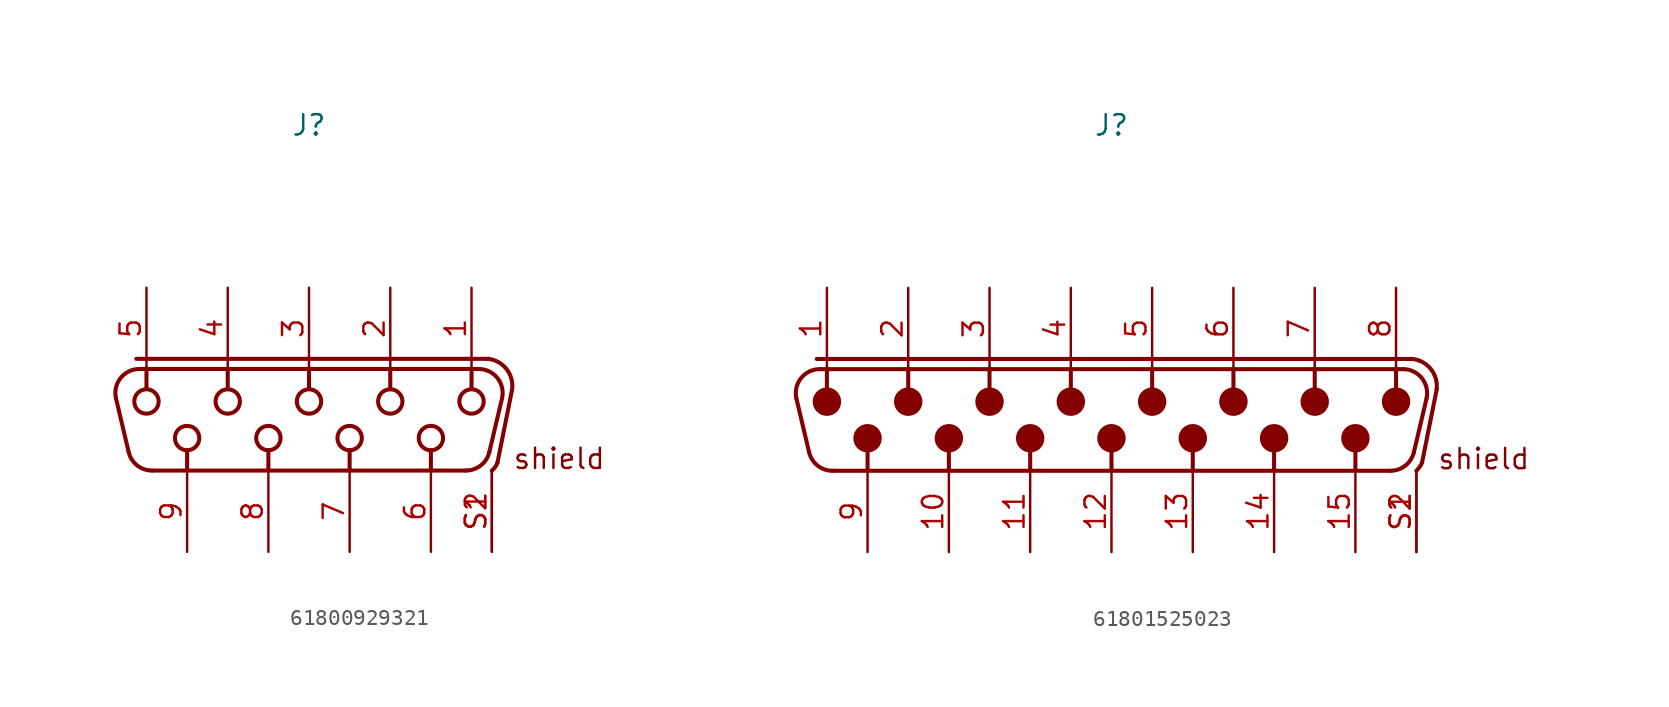
<source format=kicad_sym>
(kicad_symbol_lib
  (version 20241209)
  (generator "kicad_symbol_editor")
  (generator_version "9.0")
  (symbol "61800929321"
    (pin_names
      (hide yes))
    (property "Reference" "J"
      (at 0 17.78 0)
      (effects (font (size 1.27 1.27))))
    (symbol "61800929321_1_0"
      (polyline (pts (xy -11.273 -2.655) (xy -12.064 0.695)) (stroke (width 0.254) (type solid)) (fill (type none)))
      (polyline (pts (xy -10.795 3.175) (xy 11.2 3.175)) (stroke (width 0.254) (type solid)) (fill (type none)))
      (polyline (pts (xy -10.604 2.54) (xy 10.604 2.54)) (stroke (width 0.254) (type solid)) (fill (type none)))
      (arc (start -12.0642 0.695) (mid -11.7807 1.9707) (end -10.6043 2.54) (stroke (width 0.254) (type solid)) (fill (type none)))
      (polyline (pts (xy -10.16 2.58) (xy -10.16 1.3)) (stroke (width 0.254) (type solid)) (fill (type none)))
      (circle (center -10.16 0.508) (radius 0.762) (stroke (width 0.254) (type solid)) (fill (type none)))
      (arc (start -9.813 -3.81) (mid -10.7438 -3.4862) (end -11.2728 -2.6547) (stroke (width 0.254) (type solid)) (fill (type none)))
      (circle (center -7.62 -1.778) (radius 0.762) (stroke (width 0.254) (type solid)) (fill (type none)))
      (polyline (pts (xy -7.62 -2.54) (xy -7.62 -3.82)) (stroke (width 0.254) (type solid)) (fill (type none)))
      (polyline (pts (xy -5.08 2.58) (xy -5.08 1.3)) (stroke (width 0.254) (type solid)) (fill (type none)))
      (circle (center -5.08 0.508) (radius 0.762) (stroke (width 0.254) (type solid)) (fill (type none)))
      (circle (center -2.54 -1.778) (radius 0.762) (stroke (width 0.254) (type solid)) (fill (type none)))
      (polyline (pts (xy -2.54 -2.54) (xy -2.54 -3.82)) (stroke (width 0.254) (type solid)) (fill (type none)))
      (polyline (pts (xy 0 2.58) (xy 0 1.3)) (stroke (width 0.254) (type solid)) (fill (type none)))
      (circle (center 0 0.508) (radius 0.762) (stroke (width 0.254) (type solid)) (fill (type none)))
      (circle (center 2.54 -1.778) (radius 0.762) (stroke (width 0.254) (type solid)) (fill (type none)))
      (polyline (pts (xy 2.54 -2.54) (xy 2.54 -3.82)) (stroke (width 0.254) (type solid)) (fill (type none)))
      (polyline (pts (xy 5.08 2.58) (xy 5.08 1.3)) (stroke (width 0.254) (type solid)) (fill (type none)))
      (circle (center 5.08 0.508) (radius 0.762) (stroke (width 0.254) (type solid)) (fill (type none)))
      (circle (center 7.62 -1.778) (radius 0.762) (stroke (width 0.254) (type solid)) (fill (type none)))
      (polyline (pts (xy 7.62 -2.54) (xy 7.62 -3.82)) (stroke (width 0.254) (type solid)) (fill (type none)))
      (arc (start 11.2728 -2.6548) (mid 10.7437 -3.4863) (end 9.8129 -3.81) (stroke (width 0.254) (type solid)) (fill (type none)))
      (polyline (pts (xy 9.813 -3.81) (xy -9.813 -3.81)) (stroke (width 0.254) (type solid)) (fill (type none)))
      (polyline (pts (xy 10.16 2.58) (xy 10.16 1.3)) (stroke (width 0.254) (type solid)) (fill (type none)))
      (circle (center 10.16 0.508) (radius 0.762) (stroke (width 0.254) (type solid)) (fill (type none)))
      (arc (start 10.6043 2.54) (mid 11.7807 1.9707) (end 12.0642 0.695) (stroke (width 0.254) (type solid)) (fill (type none)))
      (arc (start 11.7839 -3.3037) (mid 11.6448 -3.5833) (end 11.43 -3.81) (stroke (width 0.254) (type solid)) (fill (type none)))
      (arc (start 11.2 3.175) (mid 12.3464 2.5346) (end 12.7 1.27) (stroke (width 0.254) (type solid)) (fill (type none)))
      (polyline (pts (xy 11.784 -3.304) (xy 12.7 1.27)) (stroke (width 0.254) (type solid)) (fill (type none)))
      (polyline (pts (xy 12.064 0.695) (xy 11.273 -2.655)) (stroke (width 0.254) (type solid)) (fill (type none)))
      (pin passive line (at -10.16 7.62 270) (length 5.08) (name "5" (effects (font (size 1.27 1.27)))) (number "5" (effects (font (size 1.27 1.27)))))
      (pin passive line (at -7.62 -8.89 90) (length 5.08) (name "9" (effects (font (size 1.27 1.27)))) (number "9" (effects (font (size 1.27 1.27)))))
      (pin passive line (at -5.08 7.62 270) (length 5.08) (name "4" (effects (font (size 1.27 1.27)))) (number "4" (effects (font (size 1.27 1.27)))))
      (pin passive line (at -2.54 -8.89 90) (length 5.08) (name "8" (effects (font (size 1.27 1.27)))) (number "8" (effects (font (size 1.27 1.27)))))
      (pin passive line (at 0 7.62 270) (length 5.08) (name "3" (effects (font (size 1.27 1.27)))) (number "3" (effects (font (size 1.27 1.27)))))
      (pin passive line (at 2.54 -8.89 90) (length 5.08) (name "7" (effects (font (size 1.27 1.27)))) (number "7" (effects (font (size 1.27 1.27)))))
      (pin passive line (at 5.08 7.62 270) (length 5.08) (name "2" (effects (font (size 1.27 1.27)))) (number "2" (effects (font (size 1.27 1.27)))))
      (pin passive line (at 7.62 -8.89 90) (length 5.08) (name "6" (effects (font (size 1.27 1.27)))) (number "6" (effects (font (size 1.27 1.27)))))
      (pin passive line (at 10.16 7.62 270) (length 5.08) (name "1" (effects (font (size 1.27 1.27)))) (number "1" (effects (font (size 1.27 1.27)))))
      (pin passive line (at 11.43 -8.89 90) (length 5.08) (name "SHIELD" (effects (font (size 1.27 1.27)))) (number "S1" (effects (font (size 1.27 1.27)))))
      (pin passive line (at 11.43 -8.89 90) (length 5.08) (name "SHIELD" (effects (font (size 1.27 1.27)))) (number "S2" (effects (font (size 1.27 1.27))))))
    (symbol "61800929321_1_1"
      (text "shield" (at 12.7 -3.81 0) (effects (font (size 1.27 1.27)) (justify left bottom)))))
  (symbol "61801525023"
    (pin_names
      (hide yes))
    (property "Reference" "J"
      (at 0 17.78 0)
      (effects (font (size 1.27 1.27))))
    (symbol "61801525023_1_0"
      (polyline (pts (xy -18.893 -2.655) (xy -19.684 0.695)) (stroke (width 0.254) (type solid)) (fill (type none)))
      (polyline (pts (xy -18.415 3.175) (xy 18.82 3.175)) (stroke (width 0.254) (type solid)) (fill (type none)))
      (polyline (pts (xy -18.224 2.54) (xy 18.224 2.54)) (stroke (width 0.254) (type solid)) (fill (type none)))
      (arc (start -19.6842 0.695) (mid -19.4007 1.9707) (end -18.2243 2.54) (stroke (width 0.254) (type solid)) (fill (type none)))
      (polyline (pts (xy -17.78 2.58) (xy -17.78 0.4)) (stroke (width 0.254) (type solid)) (fill (type none)))
      (circle (center -17.78 0.508) (radius 0.762) (stroke (width 0.254) (type solid)) (fill (type outline)))
      (arc (start -17.433 -3.81) (mid -18.3638 -3.4862) (end -18.8928 -2.6547) (stroke (width 0.254) (type solid)) (fill (type none)))
      (circle (center -15.24 -1.778) (radius 0.762) (stroke (width 0.254) (type solid)) (fill (type outline)))
      (polyline (pts (xy -15.24 -3.81) (xy -15.24 -1.63)) (stroke (width 0.254) (type solid)) (fill (type none)))
      (polyline (pts (xy -12.7 2.58) (xy -12.7 0.4)) (stroke (width 0.254) (type solid)) (fill (type none)))
      (circle (center -12.7 0.508) (radius 0.762) (stroke (width 0.254) (type solid)) (fill (type outline)))
      (circle (center -10.16 -1.778) (radius 0.762) (stroke (width 0.254) (type solid)) (fill (type outline)))
      (polyline (pts (xy -10.16 -3.81) (xy -10.16 -1.63)) (stroke (width 0.254) (type solid)) (fill (type none)))
      (polyline (pts (xy -7.62 2.58) (xy -7.62 0.4)) (stroke (width 0.254) (type solid)) (fill (type none)))
      (circle (center -7.62 0.508) (radius 0.762) (stroke (width 0.254) (type solid)) (fill (type outline)))
      (circle (center -5.08 -1.778) (radius 0.762) (stroke (width 0.254) (type solid)) (fill (type outline)))
      (polyline (pts (xy -5.08 -3.81) (xy -5.08 -1.63)) (stroke (width 0.254) (type solid)) (fill (type none)))
      (polyline (pts (xy -2.54 2.58) (xy -2.54 0.4)) (stroke (width 0.254) (type solid)) (fill (type none)))
      (circle (center -2.54 0.508) (radius 0.762) (stroke (width 0.254) (type solid)) (fill (type outline)))
      (circle (center 0 -1.778) (radius 0.762) (stroke (width 0.254) (type solid)) (fill (type outline)))
      (polyline (pts (xy 0 -3.81) (xy 0 -1.63)) (stroke (width 0.254) (type solid)) (fill (type none)))
      (polyline (pts (xy 2.54 2.58) (xy 2.54 0.4)) (stroke (width 0.254) (type solid)) (fill (type none)))
      (circle (center 2.54 0.508) (radius 0.762) (stroke (width 0.254) (type solid)) (fill (type outline)))
      (circle (center 5.08 -1.778) (radius 0.762) (stroke (width 0.254) (type solid)) (fill (type outline)))
      (polyline (pts (xy 5.08 -3.81) (xy 5.08 -1.63)) (stroke (width 0.254) (type solid)) (fill (type none)))
      (polyline (pts (xy 7.62 2.58) (xy 7.62 0.4)) (stroke (width 0.254) (type solid)) (fill (type none)))
      (circle (center 7.62 0.508) (radius 0.762) (stroke (width 0.254) (type solid)) (fill (type outline)))
      (circle (center 10.16 -1.778) (radius 0.762) (stroke (width 0.254) (type solid)) (fill (type outline)))
      (polyline (pts (xy 10.16 -3.81) (xy 10.16 -1.63)) (stroke (width 0.254) (type solid)) (fill (type none)))
      (polyline (pts (xy 12.7 2.58) (xy 12.7 0.4)) (stroke (width 0.254) (type solid)) (fill (type none)))
      (circle (center 12.7 0.508) (radius 0.762) (stroke (width 0.254) (type solid)) (fill (type outline)))
      (circle (center 15.24 -1.778) (radius 0.762) (stroke (width 0.254) (type solid)) (fill (type outline)))
      (polyline (pts (xy 15.24 -3.81) (xy 15.24 -1.63)) (stroke (width 0.254) (type solid)) (fill (type none)))
      (arc (start 18.8928 -2.6548) (mid 18.3637 -3.4863) (end 17.4329 -3.81) (stroke (width 0.254) (type solid)) (fill (type none)))
      (polyline (pts (xy 17.433 -3.81) (xy -17.433 -3.81)) (stroke (width 0.254) (type solid)) (fill (type none)))
      (polyline (pts (xy 17.78 2.58) (xy 17.78 0.4)) (stroke (width 0.254) (type solid)) (fill (type none)))
      (circle (center 17.78 0.508) (radius 0.762) (stroke (width 0.254) (type solid)) (fill (type outline)))
      (arc (start 19.4039 -3.3037) (mid 19.2536 -3.5754) (end 19.05 -3.81) (stroke (width 0.254) (type solid)) (fill (type none)))
      (arc (start 18.2243 2.54) (mid 19.4007 1.9707) (end 19.6842 0.695) (stroke (width 0.254) (type solid)) (fill (type none)))
      (arc (start 18.82 3.175) (mid 19.9664 2.5346) (end 20.32 1.27) (stroke (width 0.254) (type solid)) (fill (type none)))
      (polyline (pts (xy 19.404 -3.304) (xy 20.32 1.27)) (stroke (width 0.254) (type solid)) (fill (type none)))
      (polyline (pts (xy 19.684 0.695) (xy 18.893 -2.655)) (stroke (width 0.254) (type solid)) (fill (type none)))
      (pin passive line (at -17.78 7.62 270) (length 5.08) (name "1" (effects (font (size 1.27 1.27)))) (number "1" (effects (font (size 1.27 1.27)))))
      (pin passive line (at -15.24 -8.89 90) (length 5.08) (name "9" (effects (font (size 1.27 1.27)))) (number "9" (effects (font (size 1.27 1.27)))))
      (pin passive line (at -12.7 7.62 270) (length 5.08) (name "2" (effects (font (size 1.27 1.27)))) (number "2" (effects (font (size 1.27 1.27)))))
      (pin passive line (at -10.16 -8.89 90) (length 5.08) (name "10" (effects (font (size 1.27 1.27)))) (number "10" (effects (font (size 1.27 1.27)))))
      (pin passive line (at -7.62 7.62 270) (length 5.08) (name "3" (effects (font (size 1.27 1.27)))) (number "3" (effects (font (size 1.27 1.27)))))
      (pin passive line (at -5.08 -8.89 90) (length 5.08) (name "11" (effects (font (size 1.27 1.27)))) (number "11" (effects (font (size 1.27 1.27)))))
      (pin passive line (at -2.54 7.62 270) (length 5.08) (name "4" (effects (font (size 1.27 1.27)))) (number "4" (effects (font (size 1.27 1.27)))))
      (pin passive line (at 0 -8.89 90) (length 5.08) (name "12" (effects (font (size 1.27 1.27)))) (number "12" (effects (font (size 1.27 1.27)))))
      (pin passive line (at 2.54 7.62 270) (length 5.08) (name "5" (effects (font (size 1.27 1.27)))) (number "5" (effects (font (size 1.27 1.27)))))
      (pin passive line (at 5.08 -8.89 90) (length 5.08) (name "13" (effects (font (size 1.27 1.27)))) (number "13" (effects (font (size 1.27 1.27)))))
      (pin passive line (at 7.62 7.62 270) (length 5.08) (name "6" (effects (font (size 1.27 1.27)))) (number "6" (effects (font (size 1.27 1.27)))))
      (pin passive line (at 10.16 -8.89 90) (length 5.08) (name "14" (effects (font (size 1.27 1.27)))) (number "14" (effects (font (size 1.27 1.27)))))
      (pin passive line (at 12.7 7.62 270) (length 5.08) (name "7" (effects (font (size 1.27 1.27)))) (number "7" (effects (font (size 1.27 1.27)))))
      (pin passive line (at 15.24 -8.89 90) (length 5.08) (name "15" (effects (font (size 1.27 1.27)))) (number "15" (effects (font (size 1.27 1.27)))))
      (pin passive line (at 17.78 7.62 270) (length 5.08) (name "8" (effects (font (size 1.27 1.27)))) (number "8" (effects (font (size 1.27 1.27)))))
      (pin passive line (at 19.05 -8.89 90) (length 5.08) (name "SHIELD" (effects (font (size 1.27 1.27)))) (number "S1" (effects (font (size 1.27 1.27)))))
      (pin passive line (at 19.05 -8.89 90) (length 5.08) (name "SHIELD" (effects (font (size 1.27 1.27)))) (number "S2" (effects (font (size 1.27 1.27))))))
    (symbol "61801525023_1_1"
      (text "shield" (at 20.32 -3.81 0) (effects (font (size 1.27 1.27)) (justify left bottom))))))
</source>
